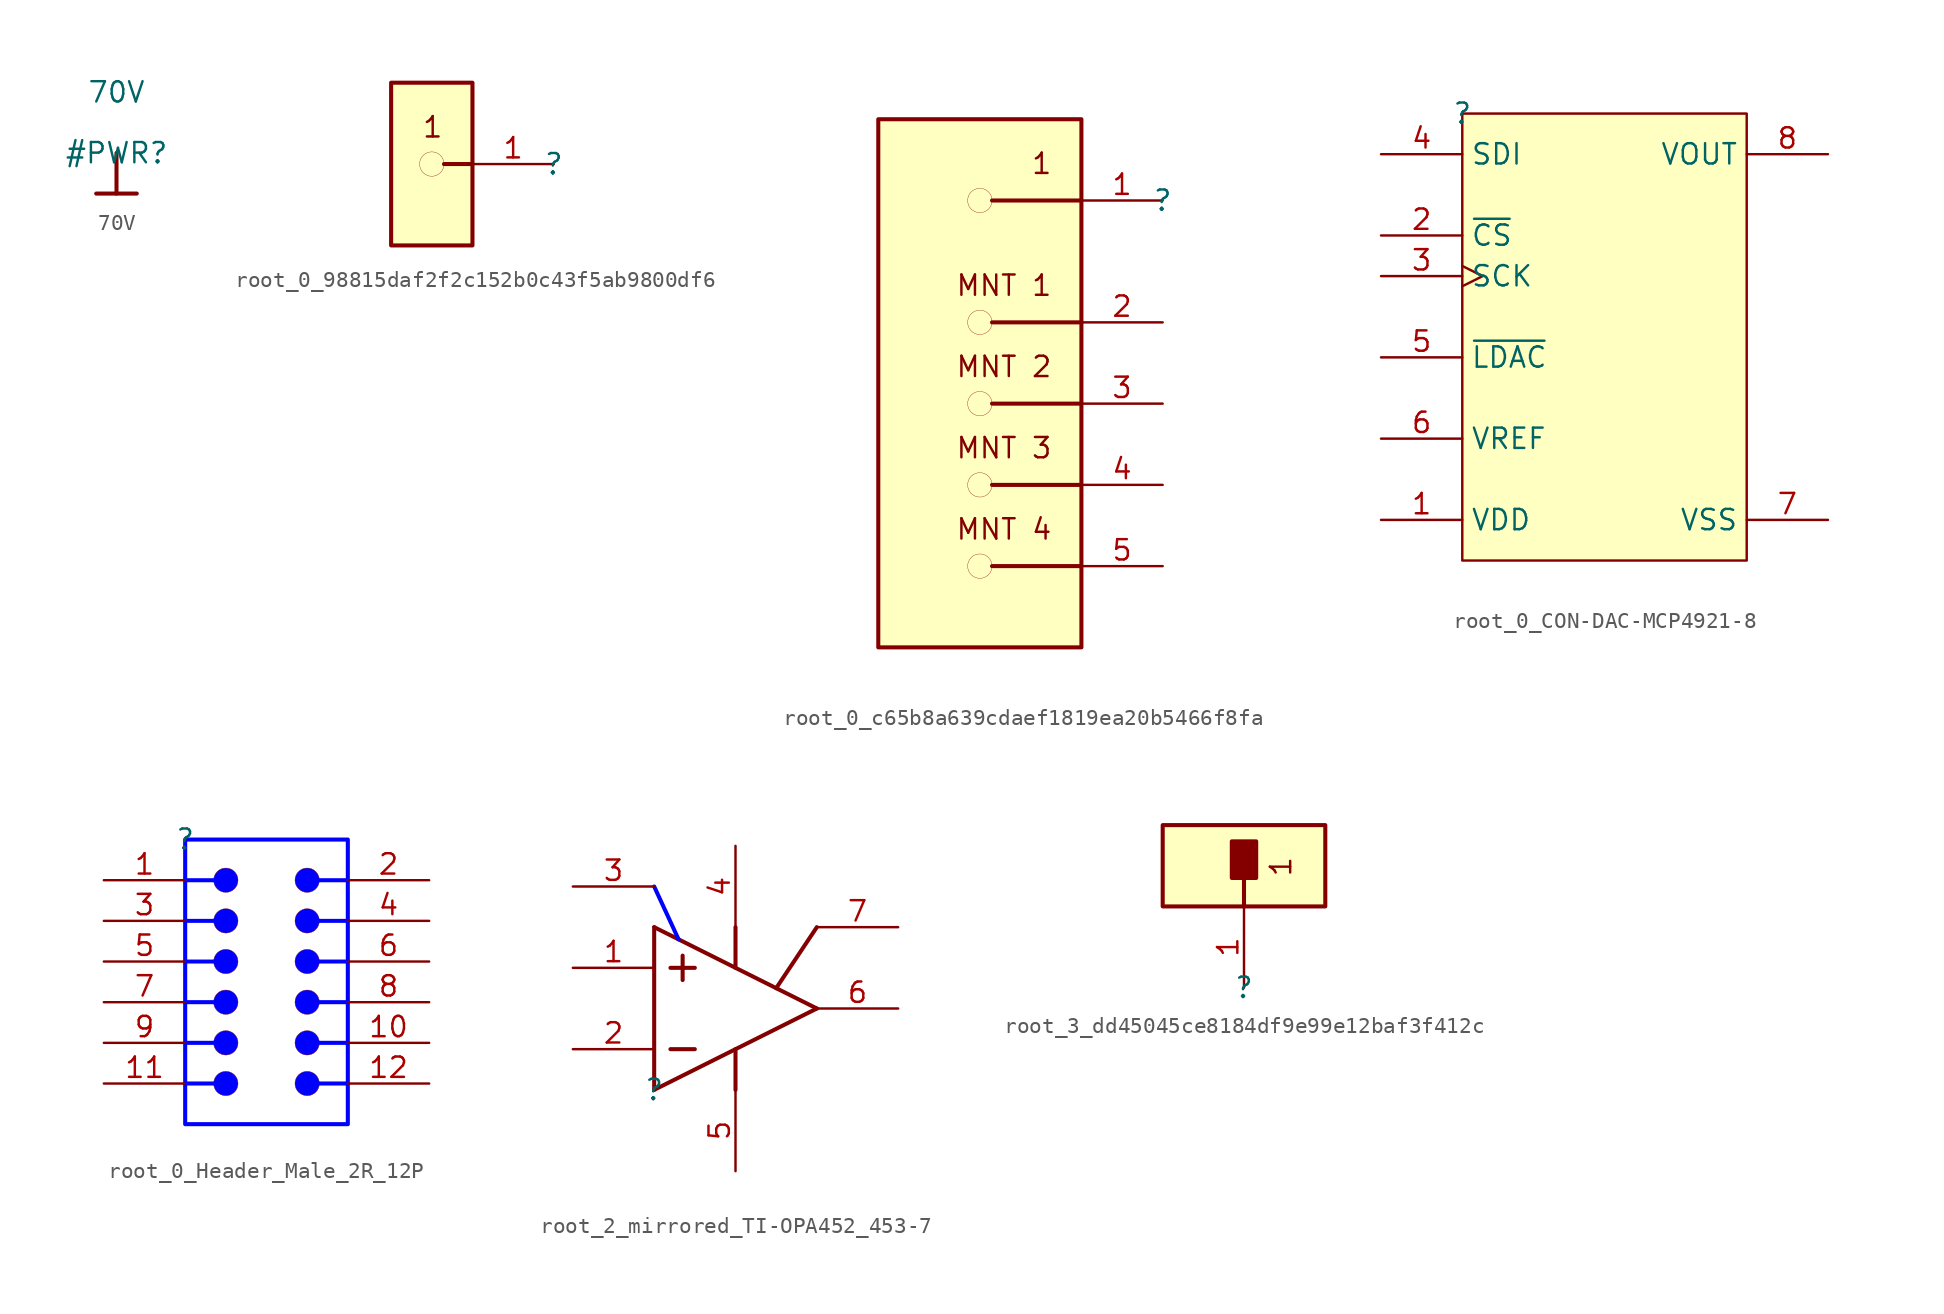
<source format=kicad_sym>
(kicad_symbol_lib
  (version 20220914)
  (generator kicad_symbol_editor)
  (symbol "70V"
    (power)
    (property "Reference" "#PWR"
      (at 0 0 0)
      (effects (font (size 1.27 1.27))))
    (property "Value" "70V"
      (at 0 3.81 0)
      (effects (font (size 1.27 1.27))))
    (symbol "70V_0_0"
      (polyline (pts (xy -1.27 -2.54) (xy 1.27 -2.54)) (stroke (width 0.254) (type solid)) (fill (type none)))
      (polyline (pts (xy 0 0) (xy 0 -2.54)) (stroke (width 0.254) (type solid)) (fill (type none)))
      (pin power_in line (at 0 0 0) (length 0) hide (name "70V" (effects (font (size 1.27 1.27)))) (number "" (effects (font (size 1.27 1.27)))))))
  (symbol "root_0_98815daf2f2c152b0c43f5ab9800df6"
    (property "Reference" ""
      (at 0 0 0)
      (effects (font (size 1.27 1.27))))
    (property "Value" ""
      (at 0 0 0)
      (effects (font (size 1.27 1.27))))
    (symbol "root_0_98815daf2f2c152b0c43f5ab9800df6_1_0"
      (circle (center -7.62 0) (radius 0.762) (stroke (width 0.0001) (type solid)) (fill (type none)))
      (rectangle (start -5.08 5.08) (end -10.16 -5.08) (stroke (width 0.254) (type solid)) (fill (type background)))
      (polyline (pts (xy -6.858 0) (xy -5.08 0)) (stroke (width 0.254) (type solid)) (fill (type none)))
      (text "1" (at -6.858 3.048 0) (effects (font (size 1.27 1.27)) (justify right top)))
      (pin passive line (at 0 0 180) (length 5.08) (name "1" (effects (font (size 0 0)))) (number "1" (effects (font (size 1.27 1.27)))))))
  (symbol "root_0_c65b8a639cdaef1819ea20b5466f8fa"
    (property "Reference" ""
      (at 0 0 0)
      (effects (font (size 1.27 1.27))))
    (property "Value" ""
      (at 0 0 0)
      (effects (font (size 1.27 1.27))))
    (symbol "root_0_c65b8a639cdaef1819ea20b5466f8fa_1_0"
      (circle (center -11.43 -22.86) (radius 0.762) (stroke (width 0.0001) (type solid)) (fill (type none)))
      (circle (center -11.43 -17.78) (radius 0.762) (stroke (width 0.0001) (type solid)) (fill (type none)))
      (circle (center -11.43 -12.7) (radius 0.762) (stroke (width 0.0001) (type solid)) (fill (type none)))
      (circle (center -11.43 -7.62) (radius 0.762) (stroke (width 0.0001) (type solid)) (fill (type none)))
      (circle (center -11.43 0) (radius 0.762) (stroke (width 0.0001) (type solid)) (fill (type none)))
      (rectangle (start -5.08 5.08) (end -17.78 -27.94) (stroke (width 0.254) (type solid)) (fill (type background)))
      (polyline (pts (xy -10.668 -22.86) (xy -5.08 -22.86)) (stroke (width 0.254) (type solid)) (fill (type none)))
      (polyline (pts (xy -10.668 -17.78) (xy -5.08 -17.78)) (stroke (width 0.254) (type solid)) (fill (type none)))
      (polyline (pts (xy -10.668 -12.7) (xy -5.08 -12.7)) (stroke (width 0.254) (type solid)) (fill (type none)))
      (polyline (pts (xy -10.668 -7.62) (xy -5.08 -7.62)) (stroke (width 0.254) (type solid)) (fill (type none)))
      (polyline (pts (xy -10.668 0) (xy -5.08 0)) (stroke (width 0.254) (type solid)) (fill (type none)))
      (text "1" (at -6.858 3.048 0) (effects (font (size 1.27 1.27)) (justify right top)))
      (text "MNT 1" (at -6.858 -4.572 0) (effects (font (size 1.27 1.27)) (justify right top)))
      (text "MNT 2" (at -6.858 -9.652 0) (effects (font (size 1.27 1.27)) (justify right top)))
      (text "MNT 3" (at -6.858 -14.732 0) (effects (font (size 1.27 1.27)) (justify right top)))
      (text "MNT 4" (at -6.858 -19.812 0) (effects (font (size 1.27 1.27)) (justify right top)))
      (pin passive line (at 0 0 180) (length 5.08) (name "1" (effects (font (size 0 0)))) (number "1" (effects (font (size 1.27 1.27)))))
      (pin passive line (at 0 -7.62 180) (length 5.08) (name "MNT_1" (effects (font (size 0 0)))) (number "2" (effects (font (size 1.27 1.27)))))
      (pin passive line (at 0 -12.7 180) (length 5.08) (name "MNT_2" (effects (font (size 0 0)))) (number "3" (effects (font (size 1.27 1.27)))))
      (pin passive line (at 0 -17.78 180) (length 5.08) (name "MNT_3" (effects (font (size 0 0)))) (number "4" (effects (font (size 1.27 1.27)))))
      (pin passive line (at 0 -22.86 180) (length 5.08) (name "MNT_4" (effects (font (size 0 0)))) (number "5" (effects (font (size 1.27 1.27)))))))
  (symbol "root_0_CON-DAC-MCP4921-8"
    (property "Reference" ""
      (at 0 0 0)
      (effects (font (size 1.27 1.27))))
    (property "Value" ""
      (at 0 0 0)
      (effects (font (size 1.27 1.27))))
    (symbol "root_0_CON-DAC-MCP4921-8_1_0"
      (rectangle (start 17.78 0) (end 0 -27.94) (stroke (width 0) (type solid)) (fill (type background)))
      (pin power_in line (at -5.08 -25.4 0) (length 5.08) (name "VDD" (effects (font (size 1.27 1.27)))) (number "1" (effects (font (size 1.27 1.27)))))
      (pin input line (at -5.08 -7.62 0) (length 5.08) (name "~{CS}" (effects (font (size 1.27 1.27)))) (number "2" (effects (font (size 1.27 1.27)))))
      (pin input clock (at -5.08 -10.16 0) (length 5.08) (name "SCK" (effects (font (size 1.27 1.27)))) (number "3" (effects (font (size 1.27 1.27)))))
      (pin input line (at -5.08 -2.54 0) (length 5.08) (name "SDI" (effects (font (size 1.27 1.27)))) (number "4" (effects (font (size 1.27 1.27)))))
      (pin input line (at -5.08 -15.24 0) (length 5.08) (name "~{LDAC}" (effects (font (size 1.27 1.27)))) (number "5" (effects (font (size 1.27 1.27)))))
      (pin input line (at -5.08 -20.32 0) (length 5.08) (name "VREF" (effects (font (size 1.27 1.27)))) (number "6" (effects (font (size 1.27 1.27)))))
      (pin power_in line (at 22.86 -25.4 180) (length 5.08) (name "VSS" (effects (font (size 1.27 1.27)))) (number "7" (effects (font (size 1.27 1.27)))))
      (pin output line (at 22.86 -2.54 180) (length 5.08) (name "VOUT" (effects (font (size 1.27 1.27)))) (number "8" (effects (font (size 1.27 1.27)))))))
  (symbol "root_0_Header_Male_2R_12P"
    (property "Reference" ""
      (at 0 0 0)
      (effects (font (size 1.27 1.27))))
    (property "Value" ""
      (at 0 0 0)
      (effects (font (size 1.27 1.27))))
    (symbol "root_0_Header_Male_2R_12P_1_0"
      (polyline (pts (xy 0 -15.24) (xy 1.778 -15.24)) (stroke (width 0.254) (type solid) (color 0 0 255 1)) (fill (type none)))
      (polyline (pts (xy 0 -12.7) (xy 1.778 -12.7)) (stroke (width 0.254) (type solid) (color 0 0 255 1)) (fill (type none)))
      (polyline (pts (xy 0 -10.16) (xy 1.778 -10.16)) (stroke (width 0.254) (type solid) (color 0 0 255 1)) (fill (type none)))
      (polyline (pts (xy 0 -7.62) (xy 1.778 -7.62)) (stroke (width 0.254) (type solid) (color 0 0 255 1)) (fill (type none)))
      (polyline (pts (xy 0 -5.08) (xy 1.778 -5.08)) (stroke (width 0.254) (type solid) (color 0 0 255 1)) (fill (type none)))
      (polyline (pts (xy 0 -2.54) (xy 1.778 -2.54)) (stroke (width 0.254) (type solid) (color 0 0 255 1)) (fill (type none)))
      (polyline (pts (xy 10.16 -15.24) (xy 8.382 -15.24)) (stroke (width 0.254) (type solid) (color 0 0 255 1)) (fill (type none)))
      (polyline (pts (xy 10.16 -12.7) (xy 8.382 -12.7)) (stroke (width 0.254) (type solid) (color 0 0 255 1)) (fill (type none)))
      (polyline (pts (xy 10.16 -10.16) (xy 8.382 -10.16)) (stroke (width 0.254) (type solid) (color 0 0 255 1)) (fill (type none)))
      (polyline (pts (xy 10.16 -7.62) (xy 8.382 -7.62)) (stroke (width 0.254) (type solid) (color 0 0 255 1)) (fill (type none)))
      (polyline (pts (xy 10.16 -5.08) (xy 8.382 -5.08)) (stroke (width 0.254) (type solid) (color 0 0 255 1)) (fill (type none)))
      (polyline (pts (xy 10.16 -2.54) (xy 8.382 -2.54)) (stroke (width 0.254) (type solid) (color 0 0 255 1)) (fill (type none)))
      (polyline (pts (xy 0 0) (xy 10.16 0) (xy 10.16 -17.78) (xy 0 -17.78) (xy 0 0) (xy 0 -1.27)) (stroke (width 0.254) (type solid) (color 0 0 255 1)) (fill (type none)))
      (circle (center 2.54 -15.24) (radius 0.762) (stroke (width 0.0001) (type solid)) (fill (type color) (color 0 0 255 1)))
      (circle (center 2.54 -12.7) (radius 0.762) (stroke (width 0.0001) (type solid)) (fill (type color) (color 0 0 255 1)))
      (circle (center 2.54 -10.16) (radius 0.762) (stroke (width 0.0001) (type solid)) (fill (type color) (color 0 0 255 1)))
      (circle (center 2.54 -7.62) (radius 0.762) (stroke (width 0.0001) (type solid)) (fill (type color) (color 0 0 255 1)))
      (circle (center 2.54 -5.08) (radius 0.762) (stroke (width 0.0001) (type solid)) (fill (type color) (color 0 0 255 1)))
      (circle (center 2.54 -2.54) (radius 0.762) (stroke (width 0.0001) (type solid)) (fill (type color) (color 0 0 255 1)))
      (circle (center 7.62 -15.24) (radius 0.762) (stroke (width 0.0001) (type solid)) (fill (type color) (color 0 0 255 1)))
      (circle (center 7.62 -12.7) (radius 0.762) (stroke (width 0.0001) (type solid)) (fill (type color) (color 0 0 255 1)))
      (circle (center 7.62 -10.16) (radius 0.762) (stroke (width 0.0001) (type solid)) (fill (type color) (color 0 0 255 1)))
      (circle (center 7.62 -7.62) (radius 0.762) (stroke (width 0.0001) (type solid)) (fill (type color) (color 0 0 255 1)))
      (circle (center 7.62 -5.08) (radius 0.762) (stroke (width 0.0001) (type solid)) (fill (type color) (color 0 0 255 1)))
      (circle (center 7.62 -2.54) (radius 0.762) (stroke (width 0.0001) (type solid)) (fill (type color) (color 0 0 255 1)))
      (pin passive line (at -5.08 -2.54 0) (length 5.08) (name "1" (effects (font (size 0 0)))) (number "1" (effects (font (size 1.27 1.27)))))
      (pin passive line (at 15.24 -12.7 180) (length 5.08) (name "10" (effects (font (size 0 0)))) (number "10" (effects (font (size 1.27 1.27)))))
      (pin passive line (at -5.08 -15.24 0) (length 5.08) (name "11" (effects (font (size 0 0)))) (number "11" (effects (font (size 1.27 1.27)))))
      (pin passive line (at 15.24 -15.24 180) (length 5.08) (name "12" (effects (font (size 0 0)))) (number "12" (effects (font (size 1.27 1.27)))))
      (pin passive line (at 15.24 -2.54 180) (length 5.08) (name "2" (effects (font (size 0 0)))) (number "2" (effects (font (size 1.27 1.27)))))
      (pin passive line (at -5.08 -5.08 0) (length 5.08) (name "3" (effects (font (size 0 0)))) (number "3" (effects (font (size 1.27 1.27)))))
      (pin passive line (at 15.24 -5.08 180) (length 5.08) (name "4" (effects (font (size 0 0)))) (number "4" (effects (font (size 1.27 1.27)))))
      (pin passive line (at -5.08 -7.62 0) (length 5.08) (name "5" (effects (font (size 0 0)))) (number "5" (effects (font (size 1.27 1.27)))))
      (pin passive line (at 15.24 -7.62 180) (length 5.08) (name "6" (effects (font (size 0 0)))) (number "6" (effects (font (size 1.27 1.27)))))
      (pin passive line (at -5.08 -10.16 0) (length 5.08) (name "7" (effects (font (size 0 0)))) (number "7" (effects (font (size 1.27 1.27)))))
      (pin passive line (at 15.24 -10.16 180) (length 5.08) (name "8" (effects (font (size 0 0)))) (number "8" (effects (font (size 1.27 1.27)))))
      (pin passive line (at -5.08 -12.7 0) (length 5.08) (name "9" (effects (font (size 0 0)))) (number "9" (effects (font (size 1.27 1.27)))))))
  (symbol "root_2_mirrored_TI-OPA452_453-7"
    (property "Reference" ""
      (at 0 0 0)
      (effects (font (size 1.27 1.27))))
    (property "Value" ""
      (at 0 0 0)
      (effects (font (size 1.27 1.27))))
    (symbol "root_2_mirrored_TI-OPA452_453-7_1_0"
      (polyline (pts (xy 0 0) (xy 0 10.16)) (stroke (width 0.254) (type solid)) (fill (type none)))
      (polyline (pts (xy 0 0) (xy 10.16 5.08)) (stroke (width 0.254) (type solid)) (fill (type none)))
      (polyline (pts (xy 0 10.16) (xy 10.16 5.08)) (stroke (width 0.254) (type solid)) (fill (type none)))
      (polyline (pts (xy 1.016 2.54) (xy 2.54 2.54)) (stroke (width 0.254) (type solid)) (fill (type none)))
      (polyline (pts (xy 1.016 7.62) (xy 2.54 7.62)) (stroke (width 0.254) (type solid)) (fill (type none)))
      (polyline (pts (xy 1.524 9.398) (xy 0 12.7)) (stroke (width 0.254) (type solid) (color 0 0 255 1)) (fill (type none)))
      (polyline (pts (xy 1.778 6.858) (xy 1.778 8.382)) (stroke (width 0.254) (type solid)) (fill (type none)))
      (polyline (pts (xy 5.08 0) (xy 5.08 2.54)) (stroke (width 0.254) (type solid)) (fill (type none)))
      (polyline (pts (xy 5.08 7.62) (xy 5.08 10.16)) (stroke (width 0.254) (type solid)) (fill (type none)))
      (polyline (pts (xy 7.62 6.35) (xy 10.16 10.16)) (stroke (width 0.254) (type solid)) (fill (type none)))
      (pin input line (at -5.08 7.62 0) (length 5.08) (name "VIN+" (effects (font (size 0 0)))) (number "1" (effects (font (size 1.27 1.27)))))
      (pin input line (at -5.08 2.54 0) (length 5.08) (name "VIN-" (effects (font (size 0 0)))) (number "2" (effects (font (size 1.27 1.27)))))
      (pin passive line (at -5.08 12.7 0) (length 5.08) (name "NC" (effects (font (size 0 0)))) (number "3" (effects (font (size 1.27 1.27)))))
      (pin power_in line (at 5.08 15.24 270) (length 5.08) (name "V-" (effects (font (size 0 0)))) (number "4" (effects (font (size 1.27 1.27)))))
      (pin power_in line (at 5.08 -5.08 90) (length 5.08) (name "V+" (effects (font (size 0 0)))) (number "5" (effects (font (size 1.27 1.27)))))
      (pin output line (at 15.24 5.08 180) (length 5.08) (name "VO" (effects (font (size 0 0)))) (number "6" (effects (font (size 1.27 1.27)))))
      (pin output line (at 15.24 10.16 180) (length 5.08) (name "FLAG" (effects (font (size 0 0)))) (number "7" (effects (font (size 1.27 1.27)))))))
  (symbol "root_3_dd45045ce8184df9e99e12baf3f412c"
    (property "Reference" ""
      (at 0 0 0)
      (effects (font (size 1.27 1.27))))
    (property "Value" ""
      (at 0 0 0)
      (effects (font (size 1.27 1.27))))
    (symbol "root_3_dd45045ce8184df9e99e12baf3f412c_1_0"
      (polyline (pts (xy 0 6.858) (xy 0 5.08)) (stroke (width 0.254) (type solid)) (fill (type none)))
      (rectangle (start 0.762 9.144) (end -0.762 6.858) (stroke (width 0.254) (type solid)) (fill (type outline)))
      (rectangle (start 5.08 10.16) (end -5.08 5.08) (stroke (width 0.254) (type solid)) (fill (type background)))
      (text "1" (at 3.048 6.858 900) (effects (font (size 1.27 1.27)) (justify left bottom)))
      (pin passive line (at 0 0 90) (length 5.08) (name "1" (effects (font (size 0 0)))) (number "1" (effects (font (size 1.27 1.27))))))))
</source>
